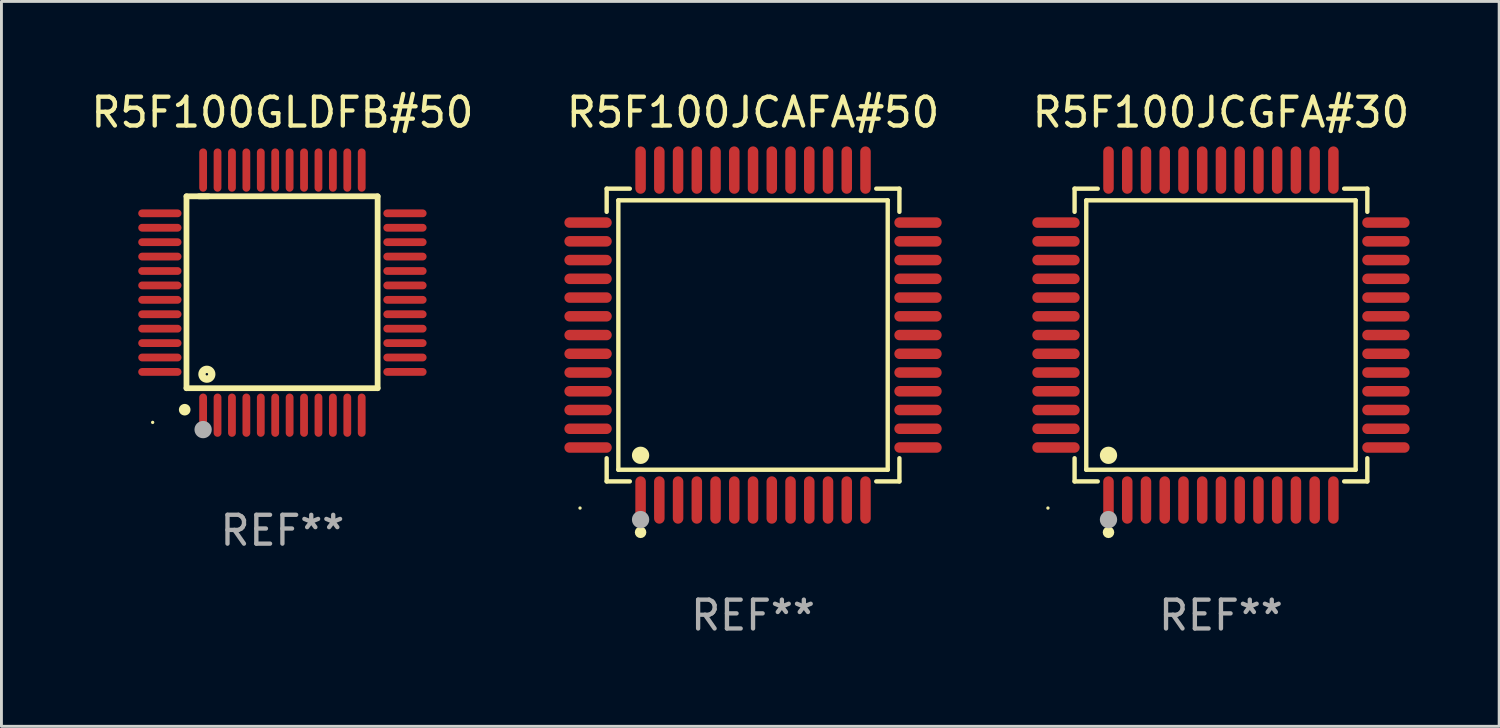
<source format=kicad_pcb>
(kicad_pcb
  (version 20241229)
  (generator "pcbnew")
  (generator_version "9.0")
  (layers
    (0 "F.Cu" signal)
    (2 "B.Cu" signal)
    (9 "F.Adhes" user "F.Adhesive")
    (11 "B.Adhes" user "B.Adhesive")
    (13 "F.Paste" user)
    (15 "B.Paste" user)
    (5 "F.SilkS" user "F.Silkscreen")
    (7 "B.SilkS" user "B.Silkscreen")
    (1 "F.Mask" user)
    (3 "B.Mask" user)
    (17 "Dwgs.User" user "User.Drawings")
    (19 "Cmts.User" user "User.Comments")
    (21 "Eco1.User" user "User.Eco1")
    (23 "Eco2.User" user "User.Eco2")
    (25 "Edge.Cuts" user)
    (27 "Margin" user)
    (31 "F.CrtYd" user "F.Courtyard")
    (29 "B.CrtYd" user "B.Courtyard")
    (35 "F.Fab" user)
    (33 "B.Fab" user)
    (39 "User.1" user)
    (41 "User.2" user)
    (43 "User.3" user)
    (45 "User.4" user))
  (footprint "R5F100GLDFB#50"
    (layer "F.Cu")
    (at 6.744 7.098)
    (property "Reference" "R5F100GLDFB#50" (at 0 -6.25 0) (layer "F.SilkS") (effects (font (size 1 1) (thickness 0.15))))
    (attr through_hole)
    (fp_line (start -3.327 -3.34) (end -2.565 -3.34) (stroke (width 0.2) (type solid)) (layer "F.SilkS"))
    (fp_line (start -3.327 3.315) (end -3.327 -3.34) (stroke (width 0.2) (type solid)) (layer "F.SilkS"))
    (fp_line (start -2.896 -3.34) (end 3.302 -3.34) (stroke (width 0.2) (type solid)) (layer "F.SilkS"))
    (fp_line (start 3.302 -3.34) (end 3.302 3.315) (stroke (width 0.2) (type solid)) (layer "F.SilkS"))
    (fp_line (start 3.302 3.315) (end -3.327 3.315) (stroke (width 0.2) (type solid)) (layer "F.SilkS"))
    (fp_arc (start -3.389992 4.059995) (mid -3.388722 4.059991) (end -3.387452 4.059995) (stroke (width 0.4) (type solid)) (layer "F.SilkS"))
    (fp_circle (center -4.5 4.5) (end -4.47 4.5) (stroke (width 0.06) (type solid)) (fill no) (layer "F.SilkS"))
    (fp_circle (center -2.62 2.83) (end -2.45 2.83) (stroke (width 0.254) (type solid)) (fill no) (layer "F.SilkS"))
    (fp_circle (center -2.75 4.75) (end -2.6 4.75) (stroke (width 0.3) (type solid)) (fill no) (layer "F.Fab"))
    (fp_text user "REF**" (at 0 8.25 0) (layer "F.Fab") (effects (font (size 1 1) (thickness 0.15))))
    (pad "1" smd oval (at -2.75 4.25) (size 0.27 1.5) (layers "F.Cu" "F.Mask" "F.Paste"))
    (pad "2" smd oval (at -2.25 4.25) (size 0.27 1.5) (layers "F.Cu" "F.Mask" "F.Paste"))
    (pad "3" smd oval (at -1.75 4.25) (size 0.27 1.5) (layers "F.Cu" "F.Mask" "F.Paste"))
    (pad "4" smd oval (at -1.25 4.25) (size 0.27 1.5) (layers "F.Cu" "F.Mask" "F.Paste"))
    (pad "5" smd oval (at -0.75 4.25) (size 0.27 1.5) (layers "F.Cu" "F.Mask" "F.Paste"))
    (pad "6" smd oval (at -0.25 4.25) (size 0.27 1.5) (layers "F.Cu" "F.Mask" "F.Paste"))
    (pad "7" smd oval (at 0.25 4.25) (size 0.27 1.5) (layers "F.Cu" "F.Mask" "F.Paste"))
    (pad "8" smd oval (at 0.75 4.25) (size 0.27 1.5) (layers "F.Cu" "F.Mask" "F.Paste"))
    (pad "9" smd oval (at 1.25 4.25) (size 0.27 1.5) (layers "F.Cu" "F.Mask" "F.Paste"))
    (pad "10" smd oval (at 1.75 4.25) (size 0.27 1.5) (layers "F.Cu" "F.Mask" "F.Paste"))
    (pad "11" smd oval (at 2.25 4.25) (size 0.27 1.5) (layers "F.Cu" "F.Mask" "F.Paste"))
    (pad "12" smd oval (at 2.75 4.25) (size 0.27 1.5) (layers "F.Cu" "F.Mask" "F.Paste"))
    (pad "13" smd oval (at 4.25 2.75) (size 1.5 0.27) (layers "F.Cu" "F.Mask" "F.Paste"))
    (pad "14" smd oval (at 4.25 2.25) (size 1.5 0.27) (layers "F.Cu" "F.Mask" "F.Paste"))
    (pad "15" smd oval (at 4.25 1.75) (size 1.5 0.27) (layers "F.Cu" "F.Mask" "F.Paste"))
    (pad "16" smd oval (at 4.25 1.25) (size 1.5 0.27) (layers "F.Cu" "F.Mask" "F.Paste"))
    (pad "17" smd oval (at 4.25 0.75) (size 1.5 0.27) (layers "F.Cu" "F.Mask" "F.Paste"))
    (pad "18" smd oval (at 4.25 0.25) (size 1.5 0.27) (layers "F.Cu" "F.Mask" "F.Paste"))
    (pad "19" smd oval (at 4.25 -0.25) (size 1.5 0.27) (layers "F.Cu" "F.Mask" "F.Paste"))
    (pad "20" smd oval (at 4.25 -0.75) (size 1.5 0.27) (layers "F.Cu" "F.Mask" "F.Paste"))
    (pad "21" smd oval (at 4.25 -1.25) (size 1.5 0.27) (layers "F.Cu" "F.Mask" "F.Paste"))
    (pad "22" smd oval (at 4.25 -1.75) (size 1.5 0.27) (layers "F.Cu" "F.Mask" "F.Paste"))
    (pad "23" smd oval (at 4.25 -2.25) (size 1.5 0.27) (layers "F.Cu" "F.Mask" "F.Paste"))
    (pad "24" smd oval (at 4.25 -2.75) (size 1.5 0.27) (layers "F.Cu" "F.Mask" "F.Paste"))
    (pad "25" smd oval (at 2.75 -4.25) (size 0.27 1.5) (layers "F.Cu" "F.Mask" "F.Paste"))
    (pad "26" smd oval (at 2.25 -4.25) (size 0.27 1.5) (layers "F.Cu" "F.Mask" "F.Paste"))
    (pad "27" smd oval (at 1.75 -4.25) (size 0.27 1.5) (layers "F.Cu" "F.Mask" "F.Paste"))
    (pad "28" smd oval (at 1.25 -4.25) (size 0.27 1.5) (layers "F.Cu" "F.Mask" "F.Paste"))
    (pad "29" smd oval (at 0.75 -4.25) (size 0.27 1.5) (layers "F.Cu" "F.Mask" "F.Paste"))
    (pad "30" smd oval (at 0.25 -4.25) (size 0.27 1.5) (layers "F.Cu" "F.Mask" "F.Paste"))
    (pad "31" smd oval (at -0.25 -4.25) (size 0.27 1.5) (layers "F.Cu" "F.Mask" "F.Paste"))
    (pad "32" smd oval (at -0.75 -4.25) (size 0.27 1.5) (layers "F.Cu" "F.Mask" "F.Paste"))
    (pad "33" smd oval (at -1.25 -4.25) (size 0.27 1.5) (layers "F.Cu" "F.Mask" "F.Paste"))
    (pad "34" smd oval (at -1.75 -4.25) (size 0.27 1.5) (layers "F.Cu" "F.Mask" "F.Paste"))
    (pad "35" smd oval (at -2.25 -4.25) (size 0.27 1.5) (layers "F.Cu" "F.Mask" "F.Paste"))
    (pad "36" smd oval (at -2.75 -4.25) (size 0.27 1.5) (layers "F.Cu" "F.Mask" "F.Paste"))
    (pad "37" smd oval (at -4.25 -2.75) (size 1.5 0.27) (layers "F.Cu" "F.Mask" "F.Paste"))
    (pad "38" smd oval (at -4.25 -2.25) (size 1.5 0.27) (layers "F.Cu" "F.Mask" "F.Paste"))
    (pad "39" smd oval (at -4.25 -1.75) (size 1.5 0.27) (layers "F.Cu" "F.Mask" "F.Paste"))
    (pad "40" smd oval (at -4.25 -1.25) (size 1.5 0.27) (layers "F.Cu" "F.Mask" "F.Paste"))
    (pad "41" smd oval (at -4.25 -0.75) (size 1.5 0.27) (layers "F.Cu" "F.Mask" "F.Paste"))
    (pad "42" smd oval (at -4.25 -0.25) (size 1.5 0.27) (layers "F.Cu" "F.Mask" "F.Paste"))
    (pad "43" smd oval (at -4.25 0.25) (size 1.5 0.27) (layers "F.Cu" "F.Mask" "F.Paste"))
    (pad "44" smd oval (at -4.25 0.75) (size 1.5 0.27) (layers "F.Cu" "F.Mask" "F.Paste"))
    (pad "45" smd oval (at -4.25 1.25) (size 1.5 0.27) (layers "F.Cu" "F.Mask" "F.Paste"))
    (pad "46" smd oval (at -4.25 1.75) (size 1.5 0.27) (layers "F.Cu" "F.Mask" "F.Paste"))
    (pad "47" smd oval (at -4.25 2.25) (size 1.5 0.27) (layers "F.Cu" "F.Mask" "F.Paste"))
    (pad "48" smd oval (at -4.25 2.75) (size 1.5 0.27) (layers "F.Cu" "F.Mask" "F.Paste")))
  (footprint "R5F100JCAFA#50"
    (layer "F.Cu")
    (at 23.065 8.569)
    (property "Reference" "R5F100JCAFA#50" (at 0 -7.721 0) (layer "F.SilkS") (effects (font (size 1 1) (thickness 0.15))))
    (attr through_hole)
    (fp_line (start -5.076 -5.076) (end -4.273 -5.076) (stroke (width 0.152) (type solid)) (layer "F.SilkS"))
    (fp_line (start -5.076 -4.273) (end -5.076 -5.076) (stroke (width 0.152) (type solid)) (layer "F.SilkS"))
    (fp_line (start -5.076 4.273) (end -5.076 5.076) (stroke (width 0.152) (type solid)) (layer "F.SilkS"))
    (fp_line (start -5.076 5.076) (end -4.273 5.076) (stroke (width 0.152) (type solid)) (layer "F.SilkS"))
    (fp_line (start -4.671 -4.671) (end 4.671 -4.671) (stroke (width 0.152) (type solid)) (layer "F.SilkS"))
    (fp_line (start -4.671 4.671) (end -4.671 -4.671) (stroke (width 0.152) (type solid)) (layer "F.SilkS"))
    (fp_line (start 4.671 -4.671) (end 4.671 4.671) (stroke (width 0.152) (type solid)) (layer "F.SilkS"))
    (fp_line (start 4.671 4.671) (end -4.671 4.671) (stroke (width 0.152) (type solid)) (layer "F.SilkS"))
    (fp_line (start 5.076 -5.076) (end 4.273 -5.076) (stroke (width 0.152) (type solid)) (layer "F.SilkS"))
    (fp_line (start 5.076 -4.273) (end 5.076 -5.076) (stroke (width 0.152) (type solid)) (layer "F.SilkS"))
    (fp_line (start 5.076 4.273) (end 5.076 5.076) (stroke (width 0.152) (type solid)) (layer "F.SilkS"))
    (fp_line (start 5.076 5.076) (end 4.273 5.076) (stroke (width 0.152) (type solid)) (layer "F.SilkS"))
    (fp_circle (center -6 6) (end -5.97 6) (stroke (width 0.06) (type solid)) (fill no) (layer "F.SilkS"))
    (fp_circle (center -3.9 4.171) (end -3.75 4.171) (stroke (width 0.3) (type solid)) (fill no) (layer "F.SilkS"))
    (fp_circle (center -3.9 6.842) (end -3.8 6.842) (stroke (width 0.2) (type solid)) (fill no) (layer "F.SilkS"))
    (fp_circle (center -3.9 6.4) (end -3.75 6.4) (stroke (width 0.3) (type solid)) (fill no) (layer "F.Fab"))
    (fp_text user "REF**" (at 0 9.721 0) (layer "F.Fab") (effects (font (size 1 1) (thickness 0.15))))
    (pad "1" smd oval (at -3.9 5.721) (size 0.364 1.642) (layers "F.Cu" "F.Mask" "F.Paste"))
    (pad "2" smd oval (at -3.25 5.721) (size 0.364 1.642) (layers "F.Cu" "F.Mask" "F.Paste"))
    (pad "3" smd oval (at -2.6 5.721) (size 0.364 1.642) (layers "F.Cu" "F.Mask" "F.Paste"))
    (pad "4" smd oval (at -1.95 5.721) (size 0.364 1.642) (layers "F.Cu" "F.Mask" "F.Paste"))
    (pad "5" smd oval (at -1.3 5.721) (size 0.364 1.642) (layers "F.Cu" "F.Mask" "F.Paste"))
    (pad "6" smd oval (at -0.65 5.721) (size 0.364 1.642) (layers "F.Cu" "F.Mask" "F.Paste"))
    (pad "7" smd oval (at 0 5.721) (size 0.364 1.642) (layers "F.Cu" "F.Mask" "F.Paste"))
    (pad "8" smd oval (at 0.65 5.721) (size 0.364 1.642) (layers "F.Cu" "F.Mask" "F.Paste"))
    (pad "9" smd oval (at 1.3 5.721) (size 0.364 1.642) (layers "F.Cu" "F.Mask" "F.Paste"))
    (pad "10" smd oval (at 1.95 5.721) (size 0.364 1.642) (layers "F.Cu" "F.Mask" "F.Paste"))
    (pad "11" smd oval (at 2.6 5.721) (size 0.364 1.642) (layers "F.Cu" "F.Mask" "F.Paste"))
    (pad "12" smd oval (at 3.25 5.721) (size 0.364 1.642) (layers "F.Cu" "F.Mask" "F.Paste"))
    (pad "13" smd oval (at 3.9 5.721) (size 0.364 1.642) (layers "F.Cu" "F.Mask" "F.Paste"))
    (pad "14" smd oval (at 5.721 3.9) (size 1.642 0.364) (layers "F.Cu" "F.Mask" "F.Paste"))
    (pad "15" smd oval (at 5.721 3.25) (size 1.642 0.364) (layers "F.Cu" "F.Mask" "F.Paste"))
    (pad "16" smd oval (at 5.721 2.6) (size 1.642 0.364) (layers "F.Cu" "F.Mask" "F.Paste"))
    (pad "17" smd oval (at 5.721 1.95) (size 1.642 0.364) (layers "F.Cu" "F.Mask" "F.Paste"))
    (pad "18" smd oval (at 5.721 1.3) (size 1.642 0.364) (layers "F.Cu" "F.Mask" "F.Paste"))
    (pad "19" smd oval (at 5.721 0.65) (size 1.642 0.364) (layers "F.Cu" "F.Mask" "F.Paste"))
    (pad "20" smd oval (at 5.721 0) (size 1.642 0.364) (layers "F.Cu" "F.Mask" "F.Paste"))
    (pad "21" smd oval (at 5.721 -0.65) (size 1.642 0.364) (layers "F.Cu" "F.Mask" "F.Paste"))
    (pad "22" smd oval (at 5.721 -1.3) (size 1.642 0.364) (layers "F.Cu" "F.Mask" "F.Paste"))
    (pad "23" smd oval (at 5.721 -1.95) (size 1.642 0.364) (layers "F.Cu" "F.Mask" "F.Paste"))
    (pad "24" smd oval (at 5.721 -2.6) (size 1.642 0.364) (layers "F.Cu" "F.Mask" "F.Paste"))
    (pad "25" smd oval (at 5.721 -3.25) (size 1.642 0.364) (layers "F.Cu" "F.Mask" "F.Paste"))
    (pad "26" smd oval (at 5.721 -3.9) (size 1.642 0.364) (layers "F.Cu" "F.Mask" "F.Paste"))
    (pad "27" smd oval (at 3.9 -5.721) (size 0.364 1.642) (layers "F.Cu" "F.Mask" "F.Paste"))
    (pad "28" smd oval (at 3.25 -5.721) (size 0.364 1.642) (layers "F.Cu" "F.Mask" "F.Paste"))
    (pad "29" smd oval (at 2.6 -5.721) (size 0.364 1.642) (layers "F.Cu" "F.Mask" "F.Paste"))
    (pad "30" smd oval (at 1.95 -5.721) (size 0.364 1.642) (layers "F.Cu" "F.Mask" "F.Paste"))
    (pad "31" smd oval (at 1.3 -5.721) (size 0.364 1.642) (layers "F.Cu" "F.Mask" "F.Paste"))
    (pad "32" smd oval (at 0.65 -5.721) (size 0.364 1.642) (layers "F.Cu" "F.Mask" "F.Paste"))
    (pad "33" smd oval (at 0 -5.721) (size 0.364 1.642) (layers "F.Cu" "F.Mask" "F.Paste"))
    (pad "34" smd oval (at -0.65 -5.721) (size 0.364 1.642) (layers "F.Cu" "F.Mask" "F.Paste"))
    (pad "35" smd oval (at -1.3 -5.721) (size 0.364 1.642) (layers "F.Cu" "F.Mask" "F.Paste"))
    (pad "36" smd oval (at -1.95 -5.721) (size 0.364 1.642) (layers "F.Cu" "F.Mask" "F.Paste"))
    (pad "37" smd oval (at -2.6 -5.721) (size 0.364 1.642) (layers "F.Cu" "F.Mask" "F.Paste"))
    (pad "38" smd oval (at -3.25 -5.721) (size 0.364 1.642) (layers "F.Cu" "F.Mask" "F.Paste"))
    (pad "39" smd oval (at -3.9 -5.721) (size 0.364 1.642) (layers "F.Cu" "F.Mask" "F.Paste"))
    (pad "40" smd oval (at -5.721 -3.9) (size 1.642 0.364) (layers "F.Cu" "F.Mask" "F.Paste"))
    (pad "41" smd oval (at -5.721 -3.25) (size 1.642 0.364) (layers "F.Cu" "F.Mask" "F.Paste"))
    (pad "42" smd oval (at -5.721 -2.6) (size 1.642 0.364) (layers "F.Cu" "F.Mask" "F.Paste"))
    (pad "43" smd oval (at -5.721 -1.95) (size 1.642 0.364) (layers "F.Cu" "F.Mask" "F.Paste"))
    (pad "44" smd oval (at -5.721 -1.3) (size 1.642 0.364) (layers "F.Cu" "F.Mask" "F.Paste"))
    (pad "45" smd oval (at -5.721 -0.65) (size 1.642 0.364) (layers "F.Cu" "F.Mask" "F.Paste"))
    (pad "46" smd oval (at -5.721 0) (size 1.642 0.364) (layers "F.Cu" "F.Mask" "F.Paste"))
    (pad "47" smd oval (at -5.721 0.65) (size 1.642 0.364) (layers "F.Cu" "F.Mask" "F.Paste"))
    (pad "48" smd oval (at -5.721 1.3) (size 1.642 0.364) (layers "F.Cu" "F.Mask" "F.Paste"))
    (pad "49" smd oval (at -5.721 1.95) (size 1.642 0.364) (layers "F.Cu" "F.Mask" "F.Paste"))
    (pad "50" smd oval (at -5.721 2.6) (size 1.642 0.364) (layers "F.Cu" "F.Mask" "F.Paste"))
    (pad "51" smd oval (at -5.721 3.25) (size 1.642 0.364) (layers "F.Cu" "F.Mask" "F.Paste"))
    (pad "52" smd oval (at -5.721 3.9) (size 1.642 0.364) (layers "F.Cu" "F.Mask" "F.Paste")))
  (footprint "R5F100JCGFA#30"
    (layer "F.Cu")
    (at 39.292 8.569)
    (property "Reference" "R5F100JCGFA#30" (at 0 -7.721 0) (layer "F.SilkS") (effects (font (size 1 1) (thickness 0.15))))
    (attr through_hole)
    (fp_line (start -5.076 -5.076) (end -4.273 -5.076) (stroke (width 0.152) (type solid)) (layer "F.SilkS"))
    (fp_line (start -5.076 -4.273) (end -5.076 -5.076) (stroke (width 0.152) (type solid)) (layer "F.SilkS"))
    (fp_line (start -5.076 4.273) (end -5.076 5.076) (stroke (width 0.152) (type solid)) (layer "F.SilkS"))
    (fp_line (start -5.076 5.076) (end -4.273 5.076) (stroke (width 0.152) (type solid)) (layer "F.SilkS"))
    (fp_line (start -4.671 -4.671) (end 4.671 -4.671) (stroke (width 0.152) (type solid)) (layer "F.SilkS"))
    (fp_line (start -4.671 4.671) (end -4.671 -4.671) (stroke (width 0.152) (type solid)) (layer "F.SilkS"))
    (fp_line (start 4.671 -4.671) (end 4.671 4.671) (stroke (width 0.152) (type solid)) (layer "F.SilkS"))
    (fp_line (start 4.671 4.671) (end -4.671 4.671) (stroke (width 0.152) (type solid)) (layer "F.SilkS"))
    (fp_line (start 5.076 -5.076) (end 4.273 -5.076) (stroke (width 0.152) (type solid)) (layer "F.SilkS"))
    (fp_line (start 5.076 -4.273) (end 5.076 -5.076) (stroke (width 0.152) (type solid)) (layer "F.SilkS"))
    (fp_line (start 5.076 4.273) (end 5.076 5.076) (stroke (width 0.152) (type solid)) (layer "F.SilkS"))
    (fp_line (start 5.076 5.076) (end 4.273 5.076) (stroke (width 0.152) (type solid)) (layer "F.SilkS"))
    (fp_circle (center -6 6) (end -5.97 6) (stroke (width 0.06) (type solid)) (fill no) (layer "F.SilkS"))
    (fp_circle (center -3.9 4.171) (end -3.75 4.171) (stroke (width 0.3) (type solid)) (fill no) (layer "F.SilkS"))
    (fp_circle (center -3.9 6.842) (end -3.8 6.842) (stroke (width 0.2) (type solid)) (fill no) (layer "F.SilkS"))
    (fp_circle (center -3.9 6.4) (end -3.75 6.4) (stroke (width 0.3) (type solid)) (fill no) (layer "F.Fab"))
    (fp_text user "REF**" (at 0 9.721 0) (layer "F.Fab") (effects (font (size 1 1) (thickness 0.15))))
    (pad "1" smd oval (at -3.9 5.721) (size 0.364 1.642) (layers "F.Cu" "F.Mask" "F.Paste"))
    (pad "2" smd oval (at -3.25 5.721) (size 0.364 1.642) (layers "F.Cu" "F.Mask" "F.Paste"))
    (pad "3" smd oval (at -2.6 5.721) (size 0.364 1.642) (layers "F.Cu" "F.Mask" "F.Paste"))
    (pad "4" smd oval (at -1.95 5.721) (size 0.364 1.642) (layers "F.Cu" "F.Mask" "F.Paste"))
    (pad "5" smd oval (at -1.3 5.721) (size 0.364 1.642) (layers "F.Cu" "F.Mask" "F.Paste"))
    (pad "6" smd oval (at -0.65 5.721) (size 0.364 1.642) (layers "F.Cu" "F.Mask" "F.Paste"))
    (pad "7" smd oval (at 0 5.721) (size 0.364 1.642) (layers "F.Cu" "F.Mask" "F.Paste"))
    (pad "8" smd oval (at 0.65 5.721) (size 0.364 1.642) (layers "F.Cu" "F.Mask" "F.Paste"))
    (pad "9" smd oval (at 1.3 5.721) (size 0.364 1.642) (layers "F.Cu" "F.Mask" "F.Paste"))
    (pad "10" smd oval (at 1.95 5.721) (size 0.364 1.642) (layers "F.Cu" "F.Mask" "F.Paste"))
    (pad "11" smd oval (at 2.6 5.721) (size 0.364 1.642) (layers "F.Cu" "F.Mask" "F.Paste"))
    (pad "12" smd oval (at 3.25 5.721) (size 0.364 1.642) (layers "F.Cu" "F.Mask" "F.Paste"))
    (pad "13" smd oval (at 3.9 5.721) (size 0.364 1.642) (layers "F.Cu" "F.Mask" "F.Paste"))
    (pad "14" smd oval (at 5.721 3.9) (size 1.642 0.364) (layers "F.Cu" "F.Mask" "F.Paste"))
    (pad "15" smd oval (at 5.721 3.25) (size 1.642 0.364) (layers "F.Cu" "F.Mask" "F.Paste"))
    (pad "16" smd oval (at 5.721 2.6) (size 1.642 0.364) (layers "F.Cu" "F.Mask" "F.Paste"))
    (pad "17" smd oval (at 5.721 1.95) (size 1.642 0.364) (layers "F.Cu" "F.Mask" "F.Paste"))
    (pad "18" smd oval (at 5.721 1.3) (size 1.642 0.364) (layers "F.Cu" "F.Mask" "F.Paste"))
    (pad "19" smd oval (at 5.721 0.65) (size 1.642 0.364) (layers "F.Cu" "F.Mask" "F.Paste"))
    (pad "20" smd oval (at 5.721 0) (size 1.642 0.364) (layers "F.Cu" "F.Mask" "F.Paste"))
    (pad "21" smd oval (at 5.721 -0.65) (size 1.642 0.364) (layers "F.Cu" "F.Mask" "F.Paste"))
    (pad "22" smd oval (at 5.721 -1.3) (size 1.642 0.364) (layers "F.Cu" "F.Mask" "F.Paste"))
    (pad "23" smd oval (at 5.721 -1.95) (size 1.642 0.364) (layers "F.Cu" "F.Mask" "F.Paste"))
    (pad "24" smd oval (at 5.721 -2.6) (size 1.642 0.364) (layers "F.Cu" "F.Mask" "F.Paste"))
    (pad "25" smd oval (at 5.721 -3.25) (size 1.642 0.364) (layers "F.Cu" "F.Mask" "F.Paste"))
    (pad "26" smd oval (at 5.721 -3.9) (size 1.642 0.364) (layers "F.Cu" "F.Mask" "F.Paste"))
    (pad "27" smd oval (at 3.9 -5.721) (size 0.364 1.642) (layers "F.Cu" "F.Mask" "F.Paste"))
    (pad "28" smd oval (at 3.25 -5.721) (size 0.364 1.642) (layers "F.Cu" "F.Mask" "F.Paste"))
    (pad "29" smd oval (at 2.6 -5.721) (size 0.364 1.642) (layers "F.Cu" "F.Mask" "F.Paste"))
    (pad "30" smd oval (at 1.95 -5.721) (size 0.364 1.642) (layers "F.Cu" "F.Mask" "F.Paste"))
    (pad "31" smd oval (at 1.3 -5.721) (size 0.364 1.642) (layers "F.Cu" "F.Mask" "F.Paste"))
    (pad "32" smd oval (at 0.65 -5.721) (size 0.364 1.642) (layers "F.Cu" "F.Mask" "F.Paste"))
    (pad "33" smd oval (at 0 -5.721) (size 0.364 1.642) (layers "F.Cu" "F.Mask" "F.Paste"))
    (pad "34" smd oval (at -0.65 -5.721) (size 0.364 1.642) (layers "F.Cu" "F.Mask" "F.Paste"))
    (pad "35" smd oval (at -1.3 -5.721) (size 0.364 1.642) (layers "F.Cu" "F.Mask" "F.Paste"))
    (pad "36" smd oval (at -1.95 -5.721) (size 0.364 1.642) (layers "F.Cu" "F.Mask" "F.Paste"))
    (pad "37" smd oval (at -2.6 -5.721) (size 0.364 1.642) (layers "F.Cu" "F.Mask" "F.Paste"))
    (pad "38" smd oval (at -3.25 -5.721) (size 0.364 1.642) (layers "F.Cu" "F.Mask" "F.Paste"))
    (pad "39" smd oval (at -3.9 -5.721) (size 0.364 1.642) (layers "F.Cu" "F.Mask" "F.Paste"))
    (pad "40" smd oval (at -5.721 -3.9) (size 1.642 0.364) (layers "F.Cu" "F.Mask" "F.Paste"))
    (pad "41" smd oval (at -5.721 -3.25) (size 1.642 0.364) (layers "F.Cu" "F.Mask" "F.Paste"))
    (pad "42" smd oval (at -5.721 -2.6) (size 1.642 0.364) (layers "F.Cu" "F.Mask" "F.Paste"))
    (pad "43" smd oval (at -5.721 -1.95) (size 1.642 0.364) (layers "F.Cu" "F.Mask" "F.Paste"))
    (pad "44" smd oval (at -5.721 -1.3) (size 1.642 0.364) (layers "F.Cu" "F.Mask" "F.Paste"))
    (pad "45" smd oval (at -5.721 -0.65) (size 1.642 0.364) (layers "F.Cu" "F.Mask" "F.Paste"))
    (pad "46" smd oval (at -5.721 0) (size 1.642 0.364) (layers "F.Cu" "F.Mask" "F.Paste"))
    (pad "47" smd oval (at -5.721 0.65) (size 1.642 0.364) (layers "F.Cu" "F.Mask" "F.Paste"))
    (pad "48" smd oval (at -5.721 1.3) (size 1.642 0.364) (layers "F.Cu" "F.Mask" "F.Paste"))
    (pad "49" smd oval (at -5.721 1.95) (size 1.642 0.364) (layers "F.Cu" "F.Mask" "F.Paste"))
    (pad "50" smd oval (at -5.721 2.6) (size 1.642 0.364) (layers "F.Cu" "F.Mask" "F.Paste"))
    (pad "51" smd oval (at -5.721 3.25) (size 1.642 0.364) (layers "F.Cu" "F.Mask" "F.Paste"))
    (pad "52" smd oval (at -5.721 3.9) (size 1.642 0.364) (layers "F.Cu" "F.Mask" "F.Paste")))
  (gr_rect
    (start -3 -3)
    (end 48.94 22.139)
    (stroke (width 0.1) (type default))
    (fill no)
    (layer "Edge.Cuts")))
</source>
